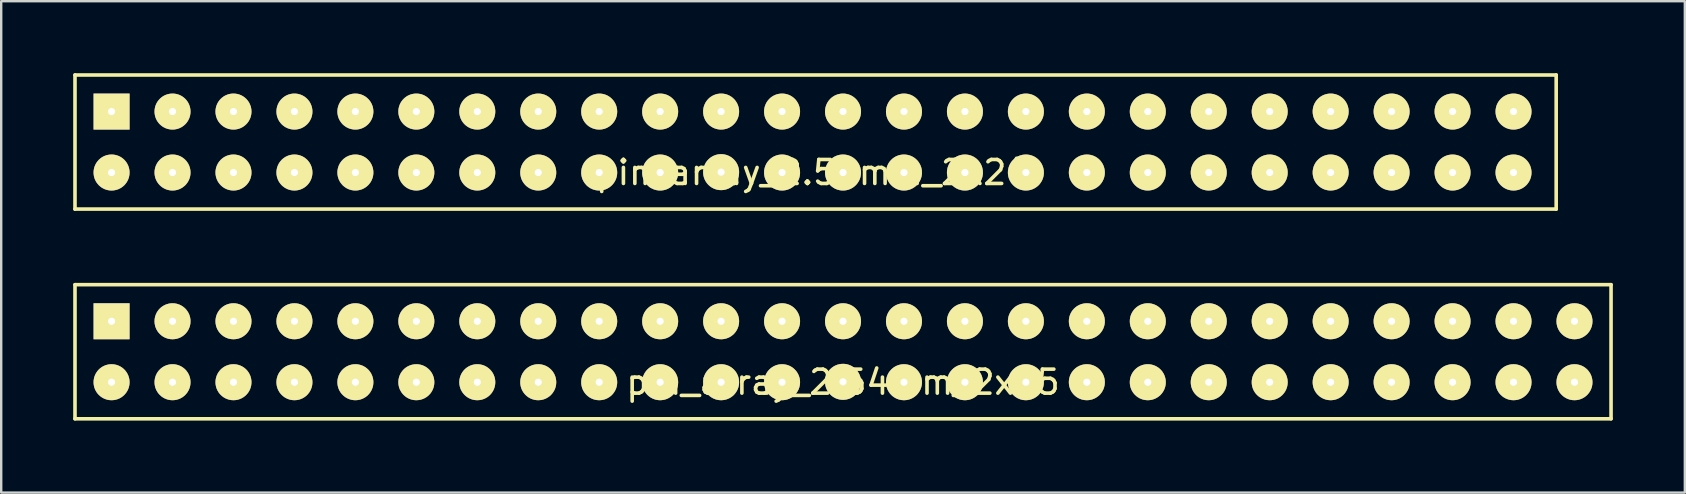
<source format=kicad_pcb>
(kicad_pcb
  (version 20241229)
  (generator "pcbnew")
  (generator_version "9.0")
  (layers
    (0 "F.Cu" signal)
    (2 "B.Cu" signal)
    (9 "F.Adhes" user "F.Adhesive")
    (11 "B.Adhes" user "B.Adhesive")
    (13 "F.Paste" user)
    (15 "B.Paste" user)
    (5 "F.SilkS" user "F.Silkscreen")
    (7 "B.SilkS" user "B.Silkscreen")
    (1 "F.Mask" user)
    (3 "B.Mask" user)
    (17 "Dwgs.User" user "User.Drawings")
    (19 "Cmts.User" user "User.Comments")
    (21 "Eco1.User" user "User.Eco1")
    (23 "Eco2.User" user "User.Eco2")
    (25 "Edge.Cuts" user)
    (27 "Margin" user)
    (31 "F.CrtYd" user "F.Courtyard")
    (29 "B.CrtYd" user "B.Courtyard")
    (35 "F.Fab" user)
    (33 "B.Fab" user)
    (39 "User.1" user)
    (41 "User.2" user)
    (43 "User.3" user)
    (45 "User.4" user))
  (footprint "pin_array_2.54mm_2x24"
    (layer "F.Cu")
    (at 30.809 2.869)
    (property "Reference" "pin_array_2.54mm_2x24" (at 0 1.27 0) (layer "F.SilkS") (effects (font (size 1 1) (thickness 0.15))))
    (attr through_hole)
    (fp_line (start -30.734 -2.794) (end 30.988 -2.794) (stroke (width 0.15) (type solid)) (layer "F.SilkS"))
    (fp_line (start -30.734 2.794) (end -30.734 -2.794) (stroke (width 0.15) (type solid)) (layer "F.SilkS"))
    (fp_line (start 30.988 -2.794) (end 30.988 2.794) (stroke (width 0.15) (type solid)) (layer "F.SilkS"))
    (fp_line (start 30.988 2.794) (end -30.734 2.794) (stroke (width 0.15) (type solid)) (layer "F.SilkS"))
    (pad "1" thru_hole rect (at -29.21 -1.27) (size 1.5 1.5) (drill 0.3) (layers "*.Cu" "*.Mask" "F.SilkS"))
    (pad "2" thru_hole circle (at -26.67 -1.27) (size 1.5 1.5) (drill 0.3) (layers "*.Cu" "*.Mask" "F.SilkS"))
    (pad "3" thru_hole circle (at -24.13 -1.27) (size 1.5 1.5) (drill 0.3) (layers "*.Cu" "*.Mask" "F.SilkS"))
    (pad "4" thru_hole circle (at -21.59 -1.27) (size 1.5 1.5) (drill 0.3) (layers "*.Cu" "*.Mask" "F.SilkS"))
    (pad "5" thru_hole circle (at -19.05 -1.27) (size 1.5 1.5) (drill 0.3) (layers "*.Cu" "*.Mask" "F.SilkS"))
    (pad "6" thru_hole circle (at -16.51 -1.27) (size 1.5 1.5) (drill 0.3) (layers "*.Cu" "*.Mask" "F.SilkS"))
    (pad "7" thru_hole circle (at -13.97 -1.27) (size 1.5 1.5) (drill 0.3) (layers "*.Cu" "*.Mask" "F.SilkS"))
    (pad "8" thru_hole circle (at -11.43 -1.27) (size 1.5 1.5) (drill 0.3) (layers "*.Cu" "*.Mask" "F.SilkS"))
    (pad "9" thru_hole circle (at -8.89 -1.27) (size 1.5 1.5) (drill 0.3) (layers "*.Cu" "*.Mask" "F.SilkS"))
    (pad "10" thru_hole circle (at -6.35 -1.27) (size 1.5 1.5) (drill 0.3) (layers "*.Cu" "*.Mask" "F.SilkS"))
    (pad "11" thru_hole circle (at -3.81 -1.27) (size 1.5 1.5) (drill 0.3) (layers "*.Cu" "*.Mask" "F.SilkS"))
    (pad "12" thru_hole circle (at -1.27 -1.27) (size 1.5 1.5) (drill 0.3) (layers "*.Cu" "*.Mask" "F.SilkS"))
    (pad "13" thru_hole circle (at 1.27 -1.27) (size 1.5 1.5) (drill 0.3) (layers "*.Cu" "*.Mask" "F.SilkS"))
    (pad "14" thru_hole circle (at 3.81 -1.27) (size 1.5 1.5) (drill 0.3) (layers "*.Cu" "*.Mask" "F.SilkS"))
    (pad "15" thru_hole circle (at 6.35 -1.27) (size 1.5 1.5) (drill 0.3) (layers "*.Cu" "*.Mask" "F.SilkS"))
    (pad "16" thru_hole circle (at 8.89 -1.27) (size 1.5 1.5) (drill 0.3) (layers "*.Cu" "*.Mask" "F.SilkS"))
    (pad "17" thru_hole circle (at 11.43 -1.27) (size 1.5 1.5) (drill 0.3) (layers "*.Cu" "*.Mask" "F.SilkS"))
    (pad "18" thru_hole circle (at 13.97 -1.27) (size 1.5 1.5) (drill 0.3) (layers "*.Cu" "*.Mask" "F.SilkS"))
    (pad "19" thru_hole circle (at 16.51 -1.27) (size 1.5 1.5) (drill 0.3) (layers "*.Cu" "*.Mask" "F.SilkS"))
    (pad "20" thru_hole circle (at 19.05 -1.27) (size 1.5 1.5) (drill 0.3) (layers "*.Cu" "*.Mask" "F.SilkS"))
    (pad "21" thru_hole circle (at 21.59 -1.27) (size 1.5 1.5) (drill 0.3) (layers "*.Cu" "*.Mask" "F.SilkS"))
    (pad "22" thru_hole circle (at 24.13 -1.27) (size 1.5 1.5) (drill 0.3) (layers "*.Cu" "*.Mask" "F.SilkS"))
    (pad "23" thru_hole circle (at 26.67 -1.27) (size 1.5 1.5) (drill 0.3) (layers "*.Cu" "*.Mask" "F.SilkS"))
    (pad "24" thru_hole circle (at 29.21 -1.27) (size 1.5 1.5) (drill 0.3) (layers "*.Cu" "*.Mask" "F.SilkS"))
    (pad "25" thru_hole circle (at 29.21 1.27) (size 1.5 1.5) (drill 0.3) (layers "*.Cu" "*.Mask" "F.SilkS"))
    (pad "26" thru_hole circle (at 26.67 1.27) (size 1.5 1.5) (drill 0.3) (layers "*.Cu" "*.Mask" "F.SilkS"))
    (pad "27" thru_hole circle (at 24.13 1.27) (size 1.5 1.5) (drill 0.3) (layers "*.Cu" "*.Mask" "F.SilkS"))
    (pad "28" thru_hole circle (at 21.59 1.27) (size 1.5 1.5) (drill 0.3) (layers "*.Cu" "*.Mask" "F.SilkS"))
    (pad "29" thru_hole circle (at 19.05 1.27) (size 1.5 1.5) (drill 0.3) (layers "*.Cu" "*.Mask" "F.SilkS"))
    (pad "30" thru_hole circle (at 16.51 1.27) (size 1.5 1.5) (drill 0.3) (layers "*.Cu" "*.Mask" "F.SilkS"))
    (pad "31" thru_hole circle (at 13.97 1.27) (size 1.5 1.5) (drill 0.3) (layers "*.Cu" "*.Mask" "F.SilkS"))
    (pad "32" thru_hole circle (at 11.43 1.27) (size 1.5 1.5) (drill 0.3) (layers "*.Cu" "*.Mask" "F.SilkS"))
    (pad "33" thru_hole circle (at 8.89 1.27) (size 1.5 1.5) (drill 0.3) (layers "*.Cu" "*.Mask" "F.SilkS"))
    (pad "34" thru_hole circle (at 6.35 1.27) (size 1.5 1.5) (drill 0.3) (layers "*.Cu" "*.Mask" "F.SilkS"))
    (pad "35" thru_hole circle (at 3.81 1.27) (size 1.5 1.5) (drill 0.3) (layers "*.Cu" "*.Mask" "F.SilkS"))
    (pad "36" thru_hole circle (at 1.27 1.27) (size 1.5 1.5) (drill 0.3) (layers "*.Cu" "*.Mask" "F.SilkS"))
    (pad "37" thru_hole circle (at -1.27 1.27) (size 1.5 1.5) (drill 0.3) (layers "*.Cu" "*.Mask" "F.SilkS"))
    (pad "38" thru_hole circle (at -3.81 1.254) (size 1.5 1.5) (drill 0.3) (layers "*.Cu" "*.Mask" "F.SilkS"))
    (pad "39" thru_hole circle (at -6.35 1.27) (size 1.5 1.5) (drill 0.3) (layers "*.Cu" "*.Mask" "F.SilkS"))
    (pad "40" thru_hole circle (at -8.89 1.27) (size 1.5 1.5) (drill 0.3) (layers "*.Cu" "*.Mask" "F.SilkS"))
    (pad "41" thru_hole circle (at -11.43 1.27) (size 1.5 1.5) (drill 0.3) (layers "*.Cu" "*.Mask" "F.SilkS"))
    (pad "42" thru_hole circle (at -13.97 1.27) (size 1.5 1.5) (drill 0.3) (layers "*.Cu" "*.Mask" "F.SilkS"))
    (pad "43" thru_hole circle (at -16.51 1.27) (size 1.5 1.5) (drill 0.3) (layers "*.Cu" "*.Mask" "F.SilkS"))
    (pad "44" thru_hole circle (at -19.05 1.27) (size 1.5 1.5) (drill 0.3) (layers "*.Cu" "*.Mask" "F.SilkS"))
    (pad "45" thru_hole circle (at -21.59 1.27) (size 1.5 1.5) (drill 0.3) (layers "*.Cu" "*.Mask" "F.SilkS"))
    (pad "46" thru_hole circle (at -24.13 1.27) (size 1.5 1.5) (drill 0.3) (layers "*.Cu" "*.Mask" "F.SilkS"))
    (pad "47" thru_hole circle (at -26.67 1.27) (size 1.5 1.5) (drill 0.3) (layers "*.Cu" "*.Mask" "F.SilkS"))
    (pad "48" thru_hole circle (at -29.21 1.27) (size 1.5 1.5) (drill 0.3) (layers "*.Cu" "*.Mask" "F.SilkS")))
  (footprint "pin_array_2.54mm_2x25"
    (layer "F.Cu")
    (at 32.079 11.607)
    (property "Reference" "pin_array_2.54mm_2x25" (at 0 1.27 0) (layer "F.SilkS") (effects (font (size 1 1) (thickness 0.15))))
    (attr through_hole)
    (fp_line (start -32.004 -2.794) (end 32.004 -2.794) (stroke (width 0.15) (type solid)) (layer "F.SilkS"))
    (fp_line (start -32.004 2.794) (end -32.004 -2.794) (stroke (width 0.15) (type solid)) (layer "F.SilkS"))
    (fp_line (start 32.004 -2.794) (end 32.004 2.794) (stroke (width 0.15) (type solid)) (layer "F.SilkS"))
    (fp_line (start 32.004 2.794) (end -32.004 2.794) (stroke (width 0.15) (type solid)) (layer "F.SilkS"))
    (pad "1" thru_hole rect (at -30.48 -1.27) (size 1.5 1.5) (drill 0.3) (layers "*.Cu" "*.Mask" "F.SilkS"))
    (pad "2" thru_hole circle (at -27.94 -1.27) (size 1.5 1.5) (drill 0.3) (layers "*.Cu" "*.Mask" "F.SilkS"))
    (pad "3" thru_hole circle (at -25.4 -1.27) (size 1.5 1.5) (drill 0.3) (layers "*.Cu" "*.Mask" "F.SilkS"))
    (pad "4" thru_hole circle (at -22.86 -1.27) (size 1.5 1.5) (drill 0.3) (layers "*.Cu" "*.Mask" "F.SilkS"))
    (pad "5" thru_hole circle (at -20.32 -1.27) (size 1.5 1.5) (drill 0.3) (layers "*.Cu" "*.Mask" "F.SilkS"))
    (pad "6" thru_hole circle (at -17.78 -1.27) (size 1.5 1.5) (drill 0.3) (layers "*.Cu" "*.Mask" "F.SilkS"))
    (pad "7" thru_hole circle (at -15.24 -1.27) (size 1.5 1.5) (drill 0.3) (layers "*.Cu" "*.Mask" "F.SilkS"))
    (pad "8" thru_hole circle (at -12.7 -1.27) (size 1.5 1.5) (drill 0.3) (layers "*.Cu" "*.Mask" "F.SilkS"))
    (pad "9" thru_hole circle (at -10.16 -1.27) (size 1.5 1.5) (drill 0.3) (layers "*.Cu" "*.Mask" "F.SilkS"))
    (pad "10" thru_hole circle (at -7.62 -1.27) (size 1.5 1.5) (drill 0.3) (layers "*.Cu" "*.Mask" "F.SilkS"))
    (pad "11" thru_hole circle (at -5.08 -1.27) (size 1.5 1.5) (drill 0.3) (layers "*.Cu" "*.Mask" "F.SilkS"))
    (pad "12" thru_hole circle (at -2.54 -1.27) (size 1.5 1.5) (drill 0.3) (layers "*.Cu" "*.Mask" "F.SilkS"))
    (pad "13" thru_hole circle (at 0 -1.27) (size 1.5 1.5) (drill 0.3) (layers "*.Cu" "*.Mask" "F.SilkS"))
    (pad "14" thru_hole circle (at 2.54 -1.27) (size 1.5 1.5) (drill 0.3) (layers "*.Cu" "*.Mask" "F.SilkS"))
    (pad "15" thru_hole circle (at 5.08 -1.27) (size 1.5 1.5) (drill 0.3) (layers "*.Cu" "*.Mask" "F.SilkS"))
    (pad "16" thru_hole circle (at 7.62 -1.27) (size 1.5 1.5) (drill 0.3) (layers "*.Cu" "*.Mask" "F.SilkS"))
    (pad "17" thru_hole circle (at 10.16 -1.27) (size 1.5 1.5) (drill 0.3) (layers "*.Cu" "*.Mask" "F.SilkS"))
    (pad "18" thru_hole circle (at 12.7 -1.27) (size 1.5 1.5) (drill 0.3) (layers "*.Cu" "*.Mask" "F.SilkS"))
    (pad "19" thru_hole circle (at 15.24 -1.27) (size 1.5 1.5) (drill 0.3) (layers "*.Cu" "*.Mask" "F.SilkS"))
    (pad "20" thru_hole circle (at 17.78 -1.27) (size 1.5 1.5) (drill 0.3) (layers "*.Cu" "*.Mask" "F.SilkS"))
    (pad "21" thru_hole circle (at 20.32 -1.27) (size 1.5 1.5) (drill 0.3) (layers "*.Cu" "*.Mask" "F.SilkS"))
    (pad "22" thru_hole circle (at 22.86 -1.27) (size 1.5 1.5) (drill 0.3) (layers "*.Cu" "*.Mask" "F.SilkS"))
    (pad "23" thru_hole circle (at 25.4 -1.27) (size 1.5 1.5) (drill 0.3) (layers "*.Cu" "*.Mask" "F.SilkS"))
    (pad "24" thru_hole circle (at 27.94 -1.27) (size 1.5 1.5) (drill 0.3) (layers "*.Cu" "*.Mask" "F.SilkS"))
    (pad "25" thru_hole circle (at 30.48 -1.27) (size 1.5 1.5) (drill 0.3) (layers "*.Cu" "*.Mask" "F.SilkS"))
    (pad "26" thru_hole circle (at 30.48 1.27) (size 1.5 1.5) (drill 0.3) (layers "*.Cu" "*.Mask" "F.SilkS"))
    (pad "27" thru_hole circle (at 27.94 1.27) (size 1.5 1.5) (drill 0.3) (layers "*.Cu" "*.Mask" "F.SilkS"))
    (pad "28" thru_hole circle (at 25.4 1.27) (size 1.5 1.5) (drill 0.3) (layers "*.Cu" "*.Mask" "F.SilkS"))
    (pad "29" thru_hole circle (at 22.86 1.27) (size 1.5 1.5) (drill 0.3) (layers "*.Cu" "*.Mask" "F.SilkS"))
    (pad "30" thru_hole circle (at 20.32 1.27) (size 1.5 1.5) (drill 0.3) (layers "*.Cu" "*.Mask" "F.SilkS"))
    (pad "31" thru_hole circle (at 17.78 1.27) (size 1.5 1.5) (drill 0.3) (layers "*.Cu" "*.Mask" "F.SilkS"))
    (pad "32" thru_hole circle (at 15.24 1.27) (size 1.5 1.5) (drill 0.3) (layers "*.Cu" "*.Mask" "F.SilkS"))
    (pad "33" thru_hole circle (at 12.7 1.27) (size 1.5 1.5) (drill 0.3) (layers "*.Cu" "*.Mask" "F.SilkS"))
    (pad "34" thru_hole circle (at 10.16 1.27) (size 1.5 1.5) (drill 0.3) (layers "*.Cu" "*.Mask" "F.SilkS"))
    (pad "35" thru_hole circle (at 7.62 1.27) (size 1.5 1.5) (drill 0.3) (layers "*.Cu" "*.Mask" "F.SilkS"))
    (pad "36" thru_hole circle (at 5.08 1.27) (size 1.5 1.5) (drill 0.3) (layers "*.Cu" "*.Mask" "F.SilkS"))
    (pad "37" thru_hole circle (at 2.54 1.27) (size 1.5 1.5) (drill 0.3) (layers "*.Cu" "*.Mask" "F.SilkS"))
    (pad "38" thru_hole circle (at 0 1.254) (size 1.5 1.5) (drill 0.3) (layers "*.Cu" "*.Mask" "F.SilkS"))
    (pad "39" thru_hole circle (at -2.54 1.27) (size 1.5 1.5) (drill 0.3) (layers "*.Cu" "*.Mask" "F.SilkS"))
    (pad "40" thru_hole circle (at -5.08 1.27) (size 1.5 1.5) (drill 0.3) (layers "*.Cu" "*.Mask" "F.SilkS"))
    (pad "41" thru_hole circle (at -7.62 1.27) (size 1.5 1.5) (drill 0.3) (layers "*.Cu" "*.Mask" "F.SilkS"))
    (pad "42" thru_hole circle (at -10.16 1.27) (size 1.5 1.5) (drill 0.3) (layers "*.Cu" "*.Mask" "F.SilkS"))
    (pad "43" thru_hole circle (at -12.7 1.27) (size 1.5 1.5) (drill 0.3) (layers "*.Cu" "*.Mask" "F.SilkS"))
    (pad "44" thru_hole circle (at -15.24 1.27) (size 1.5 1.5) (drill 0.3) (layers "*.Cu" "*.Mask" "F.SilkS"))
    (pad "45" thru_hole circle (at -17.78 1.27) (size 1.5 1.5) (drill 0.3) (layers "*.Cu" "*.Mask" "F.SilkS"))
    (pad "46" thru_hole circle (at -20.32 1.27) (size 1.5 1.5) (drill 0.3) (layers "*.Cu" "*.Mask" "F.SilkS"))
    (pad "47" thru_hole circle (at -22.86 1.27) (size 1.5 1.5) (drill 0.3) (layers "*.Cu" "*.Mask" "F.SilkS"))
    (pad "48" thru_hole circle (at -25.4 1.27) (size 1.5 1.5) (drill 0.3) (layers "*.Cu" "*.Mask" "F.SilkS"))
    (pad "49" thru_hole circle (at -27.94 1.27) (size 1.5 1.5) (drill 0.3) (layers "*.Cu" "*.Mask" "F.SilkS"))
    (pad "50" thru_hole circle (at -30.48 1.27) (size 1.5 1.5) (drill 0.3) (layers "*.Cu" "*.Mask" "F.SilkS")))
  (gr_rect
    (start -3 -3)
    (end 67.158 17.476)
    (stroke (width 0.1) (type default))
    (fill no)
    (layer "Edge.Cuts")))
</source>
